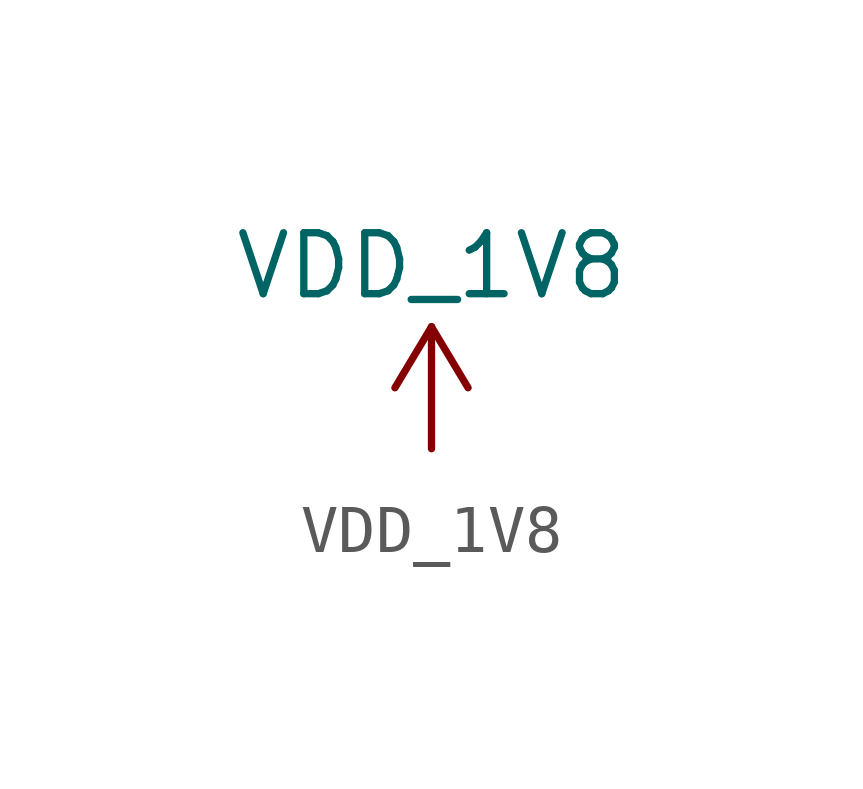
<source format=kicad_sym>
(kicad_symbol_lib
  (version 20220914)
  (generator kicad_symbol_editor)
  (symbol "VDD_1V8"
    (power)
    (pin_names
      (offset 0))
    (property "Reference" "#PWR"
      (at 0 -3.81 0)
      (effects (font (size 1.27 1.27)) hide))
    (property "Value" "VDD_1V8"
      (at 0 3.81 0)
      (effects (font (size 1.27 1.27))))
    (symbol "VDD_1V8_0_1"
      (polyline (pts (xy -0.762 1.27) (xy 0 2.54)) (stroke (width 0) (type default)) (fill (type none)))
      (polyline (pts (xy 0 0) (xy 0 2.54)) (stroke (width 0) (type default)) (fill (type none)))
      (polyline (pts (xy 0 2.54) (xy 0.762 1.27)) (stroke (width 0) (type default)) (fill (type none))))
    (symbol "VDD_1V8_1_1"
      (pin power_in line (at 0 0 90) (length 0) hide (name "VDD" (effects (font (size 1.27 1.27)))) (number "1" (effects (font (size 1.27 1.27))))))))
</source>
